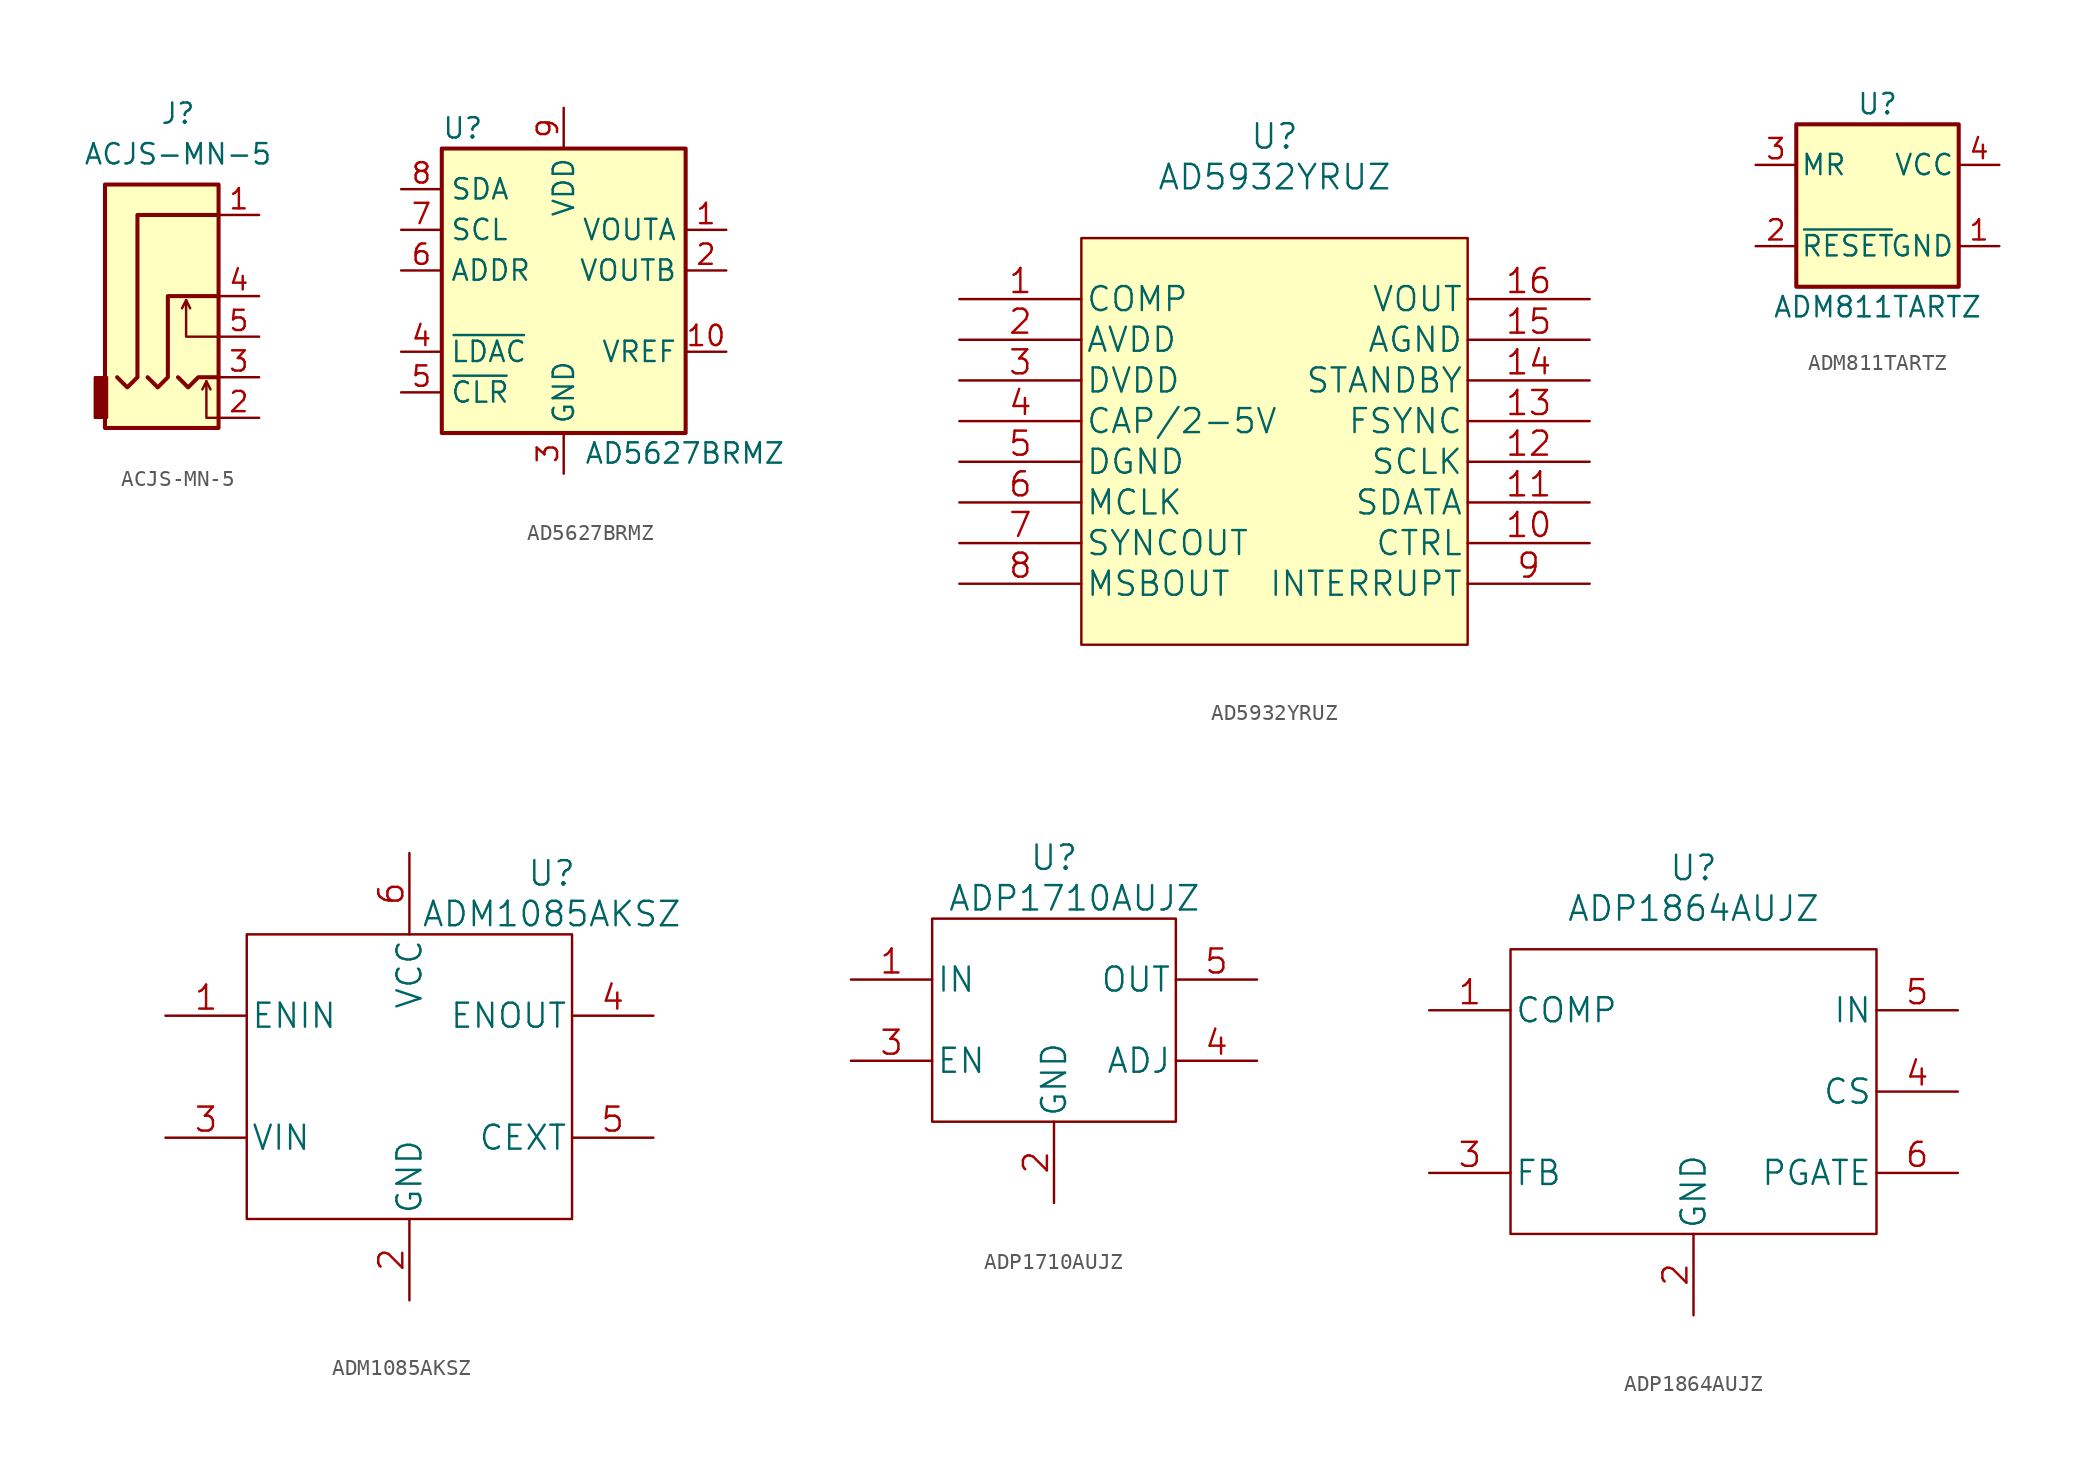
<source format=kicad_sym>
(kicad_symbol_lib
  (version 20211014)
  (generator kicad_symbol_editor)
  (symbol "ACJS-MN-5"
    (pin_names
      (offset 1.016))
    (property "Reference" "J"
      (at 0 11.43 0)
      (effects (font (size 1.27 1.27))))
    (property "Value" "ACJS-MN-5"
      (at 0 8.89 0)
      (effects (font (size 1.27 1.27))))
    (symbol "ACJS-MN-5_0_1"
      (rectangle (start -4.445 -7.62) (end -5.207 -5.08) (stroke (width 0) (type default) (color 0 0 0 0)) (fill (type outline)))
      (polyline (pts (xy 0.508 -0.254) (xy 0.762 -0.762)) (stroke (width 0) (type default) (color 0 0 0 0)) (fill (type none)))
      (polyline (pts (xy 1.778 -5.334) (xy 2.032 -5.842)) (stroke (width 0) (type default) (color 0 0 0 0)) (fill (type none)))
      (polyline (pts (xy 0 -5.08) (xy 0.635 -5.715) (xy 1.27 -5.08) (xy 2.54 -5.08)) (stroke (width 0.254) (type default) (color 0 0 0 0)) (fill (type none)))
      (polyline (pts (xy 2.54 -7.62) (xy 1.778 -7.62) (xy 1.778 -5.334) (xy 1.524 -5.842)) (stroke (width 0) (type default) (color 0 0 0 0)) (fill (type none)))
      (polyline (pts (xy 2.54 -2.54) (xy 0.508 -2.54) (xy 0.508 -0.254) (xy 0.254 -0.762)) (stroke (width 0) (type default) (color 0 0 0 0)) (fill (type none)))
      (polyline (pts (xy -1.905 -5.08) (xy -1.27 -5.715) (xy -0.635 -5.08) (xy -0.635 0) (xy 2.54 0)) (stroke (width 0.254) (type default) (color 0 0 0 0)) (fill (type none)))
      (polyline (pts (xy 2.54 5.08) (xy -2.54 5.08) (xy -2.54 -5.08) (xy -3.175 -5.715) (xy -3.81 -5.08)) (stroke (width 0.254) (type default) (color 0 0 0 0)) (fill (type none)))
      (rectangle (start 2.54 -8.255) (end -4.572 6.985) (stroke (width 0.254) (type default) (color 0 0 0 0)) (fill (type background))))
    (symbol "ACJS-MN-5_1_1"
      (pin passive line (at 5.08 5.08 180) (length 2.54) (name "~" (effects (font (size 1.27 1.27)))) (number "1" (effects (font (size 1.27 1.27)))))
      (pin passive line (at 5.08 -7.62 180) (length 2.54) (name "~" (effects (font (size 1.27 1.27)))) (number "2" (effects (font (size 1.27 1.27)))))
      (pin passive line (at 5.08 -5.08 180) (length 2.54) (name "~" (effects (font (size 1.27 1.27)))) (number "3" (effects (font (size 1.27 1.27)))))
      (pin passive line (at 5.08 0 180) (length 2.54) (name "~" (effects (font (size 1.27 1.27)))) (number "4" (effects (font (size 1.27 1.27)))))
      (pin passive line (at 5.08 -2.54 180) (length 2.54) (name "~" (effects (font (size 1.27 1.27)))) (number "5" (effects (font (size 1.27 1.27)))))))
  (symbol "AD5627BRMZ"
    (property "Reference" "U"
      (at -7.62 13.97 0)
      (effects (font (size 1.27 1.27)) (justify left)))
    (property "Value" "AD5627BRMZ"
      (at 1.27 -6.35 0)
      (effects (font (size 1.27 1.27)) (justify left)))
    (symbol "AD5627BRMZ_0_1"
      (rectangle (start -7.62 12.7) (end 7.62 -5.08) (stroke (width 0.254) (type default) (color 0 0 0 0)) (fill (type background))))
    (symbol "AD5627BRMZ_1_1"
      (pin output line (at 10.16 7.62 180) (length 2.54) (name "VOUTA" (effects (font (size 1.27 1.27)))) (number "1" (effects (font (size 1.27 1.27)))))
      (pin power_in line (at 10.16 0 180) (length 2.54) (name "VREF" (effects (font (size 1.27 1.27)))) (number "10" (effects (font (size 1.27 1.27)))))
      (pin output line (at 10.16 5.08 180) (length 2.54) (name "VOUTB" (effects (font (size 1.27 1.27)))) (number "2" (effects (font (size 1.27 1.27)))))
      (pin power_in line (at 0 -7.62 90) (length 2.54) (name "GND" (effects (font (size 1.27 1.27)))) (number "3" (effects (font (size 1.27 1.27)))))
      (pin input line (at -10.16 0 0) (length 2.54) (name "~{LDAC}" (effects (font (size 1.27 1.27)))) (number "4" (effects (font (size 1.27 1.27)))))
      (pin input line (at -10.16 -2.54 0) (length 2.54) (name "~{CLR}" (effects (font (size 1.27 1.27)))) (number "5" (effects (font (size 1.27 1.27)))))
      (pin input line (at -10.16 5.08 0) (length 2.54) (name "ADDR" (effects (font (size 1.27 1.27)))) (number "6" (effects (font (size 1.27 1.27)))))
      (pin input line (at -10.16 7.62 0) (length 2.54) (name "SCL" (effects (font (size 1.27 1.27)))) (number "7" (effects (font (size 1.27 1.27)))))
      (pin input line (at -10.16 10.16 0) (length 2.54) (name "SDA" (effects (font (size 1.27 1.27)))) (number "8" (effects (font (size 1.27 1.27)))))
      (pin power_in line (at 0 15.24 270) (length 2.54) (name "VDD" (effects (font (size 1.27 1.27)))) (number "9" (effects (font (size 1.27 1.27)))))))
  (symbol "AD5932YRUZ"
    (pin_names
      (offset 0.254))
    (property "Reference" "U"
      (at 19.685 10.16 0)
      (effects (font (size 1.524 1.524))))
    (property "Value" "AD5932YRUZ"
      (at 19.685 7.62 0)
      (effects (font (size 1.524 1.524))))
    (property "Datasheet" ""
      (at 0 0 0)
      (effects (font (size 1.524 1.524))))
    (property "ki_locked" ""
      (at 0 0 0)
      (effects (font (size 1.27 1.27))))
    (symbol "AD5932YRUZ_1_1"
      (rectangle (start 7.62 3.81) (end 31.75 -21.59) (stroke (width 0) (type default) (color 0 0 0 0)) (fill (type background)))
      (pin unspecified line (at 0 0 0) (length 7.62) (name "COMP" (effects (font (size 1.499 1.499)))) (number "1" (effects (font (size 1.499 1.499)))))
      (pin input line (at 39.37 -15.24 180) (length 7.62) (name "CTRL" (effects (font (size 1.499 1.499)))) (number "10" (effects (font (size 1.499 1.499)))))
      (pin input line (at 39.37 -12.7 180) (length 7.62) (name "SDATA" (effects (font (size 1.499 1.499)))) (number "11" (effects (font (size 1.499 1.499)))))
      (pin input line (at 39.37 -10.16 180) (length 7.62) (name "SCLK" (effects (font (size 1.499 1.499)))) (number "12" (effects (font (size 1.499 1.499)))))
      (pin input line (at 39.37 -7.62 180) (length 7.62) (name "FSYNC" (effects (font (size 1.499 1.499)))) (number "13" (effects (font (size 1.499 1.499)))))
      (pin input line (at 39.37 -5.08 180) (length 7.62) (name "STANDBY" (effects (font (size 1.499 1.499)))) (number "14" (effects (font (size 1.499 1.499)))))
      (pin power_in line (at 39.37 -2.54 180) (length 7.62) (name "AGND" (effects (font (size 1.499 1.499)))) (number "15" (effects (font (size 1.499 1.499)))))
      (pin output line (at 39.37 0 180) (length 7.62) (name "VOUT" (effects (font (size 1.499 1.499)))) (number "16" (effects (font (size 1.499 1.499)))))
      (pin power_in line (at 0 -2.54 0) (length 7.62) (name "AVDD" (effects (font (size 1.499 1.499)))) (number "2" (effects (font (size 1.499 1.499)))))
      (pin power_in line (at 0 -5.08 0) (length 7.62) (name "DVDD" (effects (font (size 1.499 1.499)))) (number "3" (effects (font (size 1.499 1.499)))))
      (pin unspecified line (at 0 -7.62 0) (length 7.62) (name "CAP/2-5V" (effects (font (size 1.499 1.499)))) (number "4" (effects (font (size 1.499 1.499)))))
      (pin power_in line (at 0 -10.16 0) (length 7.62) (name "DGND" (effects (font (size 1.499 1.499)))) (number "5" (effects (font (size 1.499 1.499)))))
      (pin input line (at 0 -12.7 0) (length 7.62) (name "MCLK" (effects (font (size 1.499 1.499)))) (number "6" (effects (font (size 1.499 1.499)))))
      (pin output line (at 0 -15.24 0) (length 7.62) (name "SYNCOUT" (effects (font (size 1.499 1.499)))) (number "7" (effects (font (size 1.499 1.499)))))
      (pin output line (at 0 -17.78 0) (length 7.62) (name "MSBOUT" (effects (font (size 1.499 1.499)))) (number "8" (effects (font (size 1.499 1.499)))))
      (pin input line (at 39.37 -17.78 180) (length 7.62) (name "INTERRUPT" (effects (font (size 1.499 1.499)))) (number "9" (effects (font (size 1.499 1.499)))))))
  (symbol "ADM811TARTZ"
    (pin_names
      (offset 0.254))
    (property "Reference" "U"
      (at 2.54 6.35 0)
      (effects (font (size 1.27 1.27))))
    (property "Value" "ADM811TARTZ"
      (at 2.54 -6.35 0)
      (effects (font (size 1.27 1.27))))
    (symbol "ADM811TARTZ_0_1"
      (rectangle (start -2.54 5.08) (end 7.62 -5.08) (stroke (width 0.254) (type default) (color 0 0 0 0)) (fill (type background))))
    (symbol "ADM811TARTZ_1_1"
      (pin power_in line (at 10.16 -2.54 180) (length 2.54) (name "GND" (effects (font (size 1.27 1.27)))) (number "1" (effects (font (size 1.27 1.27)))))
      (pin output line (at -5.08 -2.54 0) (length 2.54) (name "~{RESET}" (effects (font (size 1.27 1.27)))) (number "2" (effects (font (size 1.27 1.27)))))
      (pin power_in line (at -5.08 2.54 0) (length 2.54) (name "MR" (effects (font (size 1.27 1.27)))) (number "3" (effects (font (size 1.27 1.27)))))
      (pin power_in line (at 10.16 2.54 180) (length 2.54) (name "VCC" (effects (font (size 1.27 1.27)))) (number "4" (effects (font (size 1.27 1.27)))))))
  (symbol "ADM1085AKSZ"
    (pin_names
      (offset 0.254))
    (property "Reference" "U"
      (at 24.13 8.89 0)
      (effects (font (size 1.524 1.524))))
    (property "Value" "ADM1085AKSZ"
      (at 24.13 6.35 0)
      (effects (font (size 1.524 1.524))))
    (property "Datasheet" ""
      (at -2.54 0 0)
      (effects (font (size 1.524 1.524))))
    (symbol "ADM1085AKSZ_0_1"
      (rectangle (start 5.08 5.08) (end 25.4 -12.7) (stroke (width 0) (type default) (color 0 0 0 0)) (fill (type none))))
    (symbol "ADM1085AKSZ_1_0"
      (pin unspecified line (at 0 0 0) (length 5.08) (name "ENIN" (effects (font (size 1.499 1.499)))) (number "1" (effects (font (size 1.499 1.499)))))
      (pin unspecified line (at 15.24 -17.78 90) (length 5.08) (name "GND" (effects (font (size 1.499 1.499)))) (number "2" (effects (font (size 1.499 1.499)))))
      (pin unspecified line (at 0 -7.62 0) (length 5.08) (name "VIN" (effects (font (size 1.499 1.499)))) (number "3" (effects (font (size 1.499 1.499)))))
      (pin unspecified line (at 30.48 0 180) (length 5.08) (name "ENOUT" (effects (font (size 1.499 1.499)))) (number "4" (effects (font (size 1.499 1.499)))))
      (pin unspecified line (at 30.48 -7.62 180) (length 5.08) (name "CEXT" (effects (font (size 1.499 1.499)))) (number "5" (effects (font (size 1.499 1.499)))))
      (pin unspecified line (at 15.24 10.16 270) (length 5.08) (name "VCC" (effects (font (size 1.499 1.499)))) (number "6" (effects (font (size 1.499 1.499)))))))
  (symbol "ADP1710AUJZ"
    (pin_names
      (offset 0.254))
    (property "Reference" "U"
      (at 12.7 7.62 0)
      (effects (font (size 1.524 1.524))))
    (property "Value" "ADP1710AUJZ"
      (at 13.97 5.08 0)
      (effects (font (size 1.524 1.524))))
    (property "Datasheet" ""
      (at 0 0 0)
      (effects (font (size 1.524 1.524))))
    (symbol "ADP1710AUJZ_0_1"
      (rectangle (start 5.08 3.81) (end 20.32 -8.89) (stroke (width 0) (type default) (color 0 0 0 0)) (fill (type none))))
    (symbol "ADP1710AUJZ_1_0"
      (pin unspecified line (at 0 0 0) (length 5.08) (name "IN" (effects (font (size 1.499 1.499)))) (number "1" (effects (font (size 1.499 1.499)))))
      (pin unspecified line (at 12.7 -13.97 90) (length 5.08) (name "GND" (effects (font (size 1.499 1.499)))) (number "2" (effects (font (size 1.499 1.499)))))
      (pin unspecified line (at 0 -5.08 0) (length 5.08) (name "EN" (effects (font (size 1.499 1.499)))) (number "3" (effects (font (size 1.499 1.499)))))
      (pin unspecified line (at 25.4 -5.08 180) (length 5.08) (name "ADJ" (effects (font (size 1.499 1.499)))) (number "4" (effects (font (size 1.499 1.499)))))
      (pin unspecified line (at 25.4 0 180) (length 5.08) (name "OUT" (effects (font (size 1.499 1.499)))) (number "5" (effects (font (size 1.499 1.499)))))))
  (symbol "ADP1864AUJZ"
    (pin_names
      (offset 0.254))
    (property "Reference" "U"
      (at 16.51 8.89 0)
      (effects (font (size 1.524 1.524))))
    (property "Value" "ADP1864AUJZ"
      (at 16.51 6.35 0)
      (effects (font (size 1.524 1.524))))
    (property "Datasheet" ""
      (at 0 0 0)
      (effects (font (size 1.524 1.524))))
    (symbol "ADP1864AUJZ_0_1"
      (rectangle (start 5.08 3.81) (end 27.94 -13.97) (stroke (width 0) (type default) (color 0 0 0 0)) (fill (type none))))
    (symbol "ADP1864AUJZ_1_0"
      (pin unspecified line (at 0 0 0) (length 5.08) (name "COMP" (effects (font (size 1.499 1.499)))) (number "1" (effects (font (size 1.499 1.499)))))
      (pin unspecified line (at 16.51 -19.05 90) (length 5.08) (name "GND" (effects (font (size 1.499 1.499)))) (number "2" (effects (font (size 1.499 1.499)))))
      (pin unspecified line (at 0 -10.16 0) (length 5.08) (name "FB" (effects (font (size 1.499 1.499)))) (number "3" (effects (font (size 1.499 1.499)))))
      (pin unspecified line (at 33.02 -5.08 180) (length 5.08) (name "CS" (effects (font (size 1.499 1.499)))) (number "4" (effects (font (size 1.499 1.499)))))
      (pin unspecified line (at 33.02 0 180) (length 5.08) (name "IN" (effects (font (size 1.499 1.499)))) (number "5" (effects (font (size 1.499 1.499)))))
      (pin unspecified line (at 33.02 -10.16 180) (length 5.08) (name "PGATE" (effects (font (size 1.499 1.499)))) (number "6" (effects (font (size 1.499 1.499))))))))
</source>
